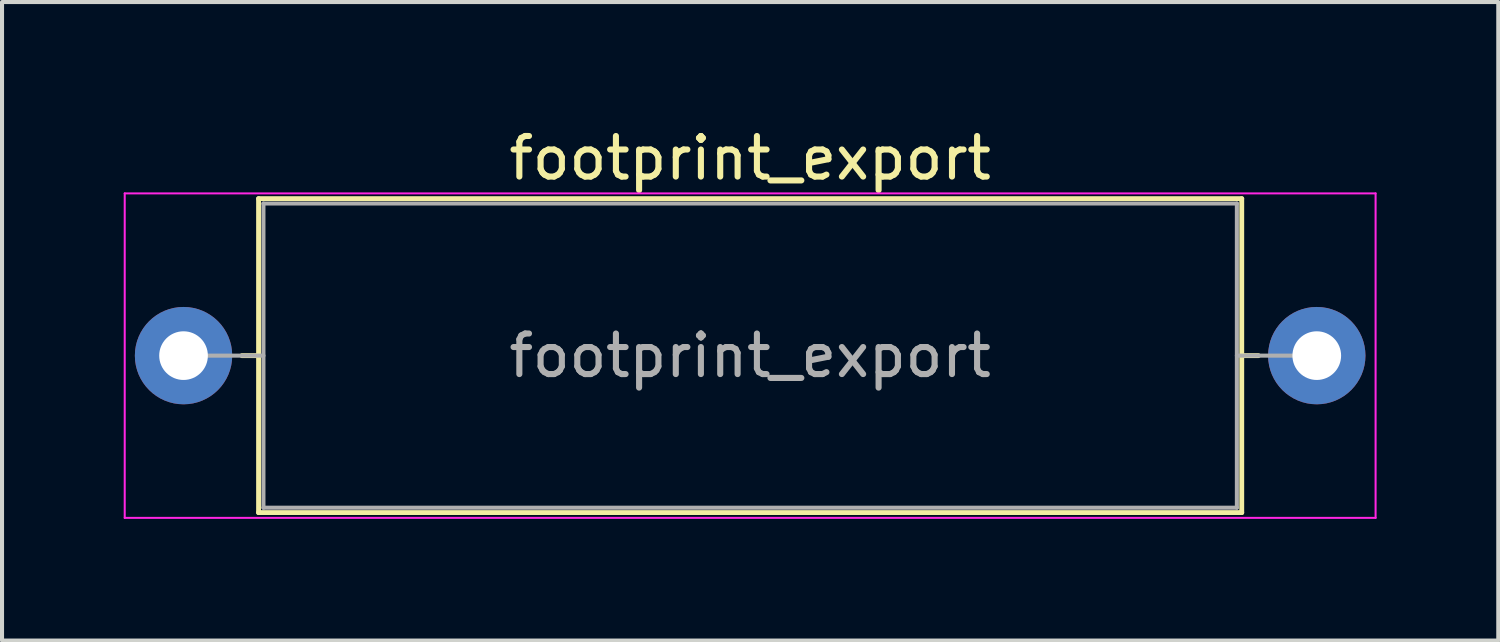
<source format=kicad_pcb>
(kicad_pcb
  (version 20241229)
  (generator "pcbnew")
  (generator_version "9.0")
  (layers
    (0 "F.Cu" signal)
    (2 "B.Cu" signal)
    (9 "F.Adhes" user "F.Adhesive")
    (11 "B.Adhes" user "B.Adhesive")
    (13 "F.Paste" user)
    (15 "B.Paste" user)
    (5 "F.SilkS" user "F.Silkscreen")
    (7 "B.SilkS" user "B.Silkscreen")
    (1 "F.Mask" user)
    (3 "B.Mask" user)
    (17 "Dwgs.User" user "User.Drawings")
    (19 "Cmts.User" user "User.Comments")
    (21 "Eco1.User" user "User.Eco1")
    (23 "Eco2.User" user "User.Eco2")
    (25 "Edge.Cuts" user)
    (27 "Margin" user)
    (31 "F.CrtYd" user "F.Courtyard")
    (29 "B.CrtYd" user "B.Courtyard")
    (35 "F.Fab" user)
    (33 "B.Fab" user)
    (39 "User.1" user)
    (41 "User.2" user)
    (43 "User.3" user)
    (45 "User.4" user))
  (footprint "footprint_export"
    (layer "F.Cu")
    (at 1.475 5.718)
    (property "Reference" "footprint_export" (at 13.97 -4.87 0) (layer "F.SilkS") (effects (font (size 1 1) (thickness 0.15))))
    (attr through_hole)
    (fp_line (start 1.44 0) (end 1.85 0) (stroke (width 0.12) (type solid)) (layer "F.SilkS"))
    (fp_line (start 1.85 -3.87) (end 1.85 3.87) (stroke (width 0.12) (type solid)) (layer "F.SilkS"))
    (fp_line (start 1.85 3.87) (end 26.09 3.87) (stroke (width 0.12) (type solid)) (layer "F.SilkS"))
    (fp_line (start 26.09 -3.87) (end 1.85 -3.87) (stroke (width 0.12) (type solid)) (layer "F.SilkS"))
    (fp_line (start 26.09 3.87) (end 26.09 -3.87) (stroke (width 0.12) (type solid)) (layer "F.SilkS"))
    (fp_line (start 26.5 0) (end 26.09 0) (stroke (width 0.12) (type solid)) (layer "F.SilkS"))
    (fp_line (start -1.45 -4) (end -1.45 4) (stroke (width 0.05) (type solid)) (layer "F.CrtYd"))
    (fp_line (start -1.45 4) (end 29.39 4) (stroke (width 0.05) (type solid)) (layer "F.CrtYd"))
    (fp_line (start 29.39 -4) (end -1.45 -4) (stroke (width 0.05) (type solid)) (layer "F.CrtYd"))
    (fp_line (start 29.39 4) (end 29.39 -4) (stroke (width 0.05) (type solid)) (layer "F.CrtYd"))
    (fp_line (start 0 0) (end 1.97 0) (stroke (width 0.1) (type solid)) (layer "F.Fab"))
    (fp_line (start 1.97 -3.75) (end 1.97 3.75) (stroke (width 0.1) (type solid)) (layer "F.Fab"))
    (fp_line (start 1.97 3.75) (end 25.97 3.75) (stroke (width 0.1) (type solid)) (layer "F.Fab"))
    (fp_line (start 25.97 -3.75) (end 1.97 -3.75) (stroke (width 0.1) (type solid)) (layer "F.Fab"))
    (fp_line (start 25.97 3.75) (end 25.97 -3.75) (stroke (width 0.1) (type solid)) (layer "F.Fab"))
    (fp_line (start 27.94 0) (end 25.97 0) (stroke (width 0.1) (type solid)) (layer "F.Fab"))
    (fp_text user "${REFERENCE}" (at 13.97 0 0) (layer "F.Fab") (effects (font (size 1 1) (thickness 0.15))))
    (pad "1" thru_hole circle (at 0 0) (size 2.4 2.4) (drill 1.2) (layers "*.Cu" "*.Mask"))
    (pad "2" thru_hole oval (at 27.94 0) (size 2.4 2.4) (drill 1.2) (layers "*.Cu" "*.Mask")))
  (gr_rect
    (start -3 -3)
    (end 33.89 12.743)
    (stroke (width 0.1) (type default))
    (fill no)
    (layer "Edge.Cuts")))
</source>
